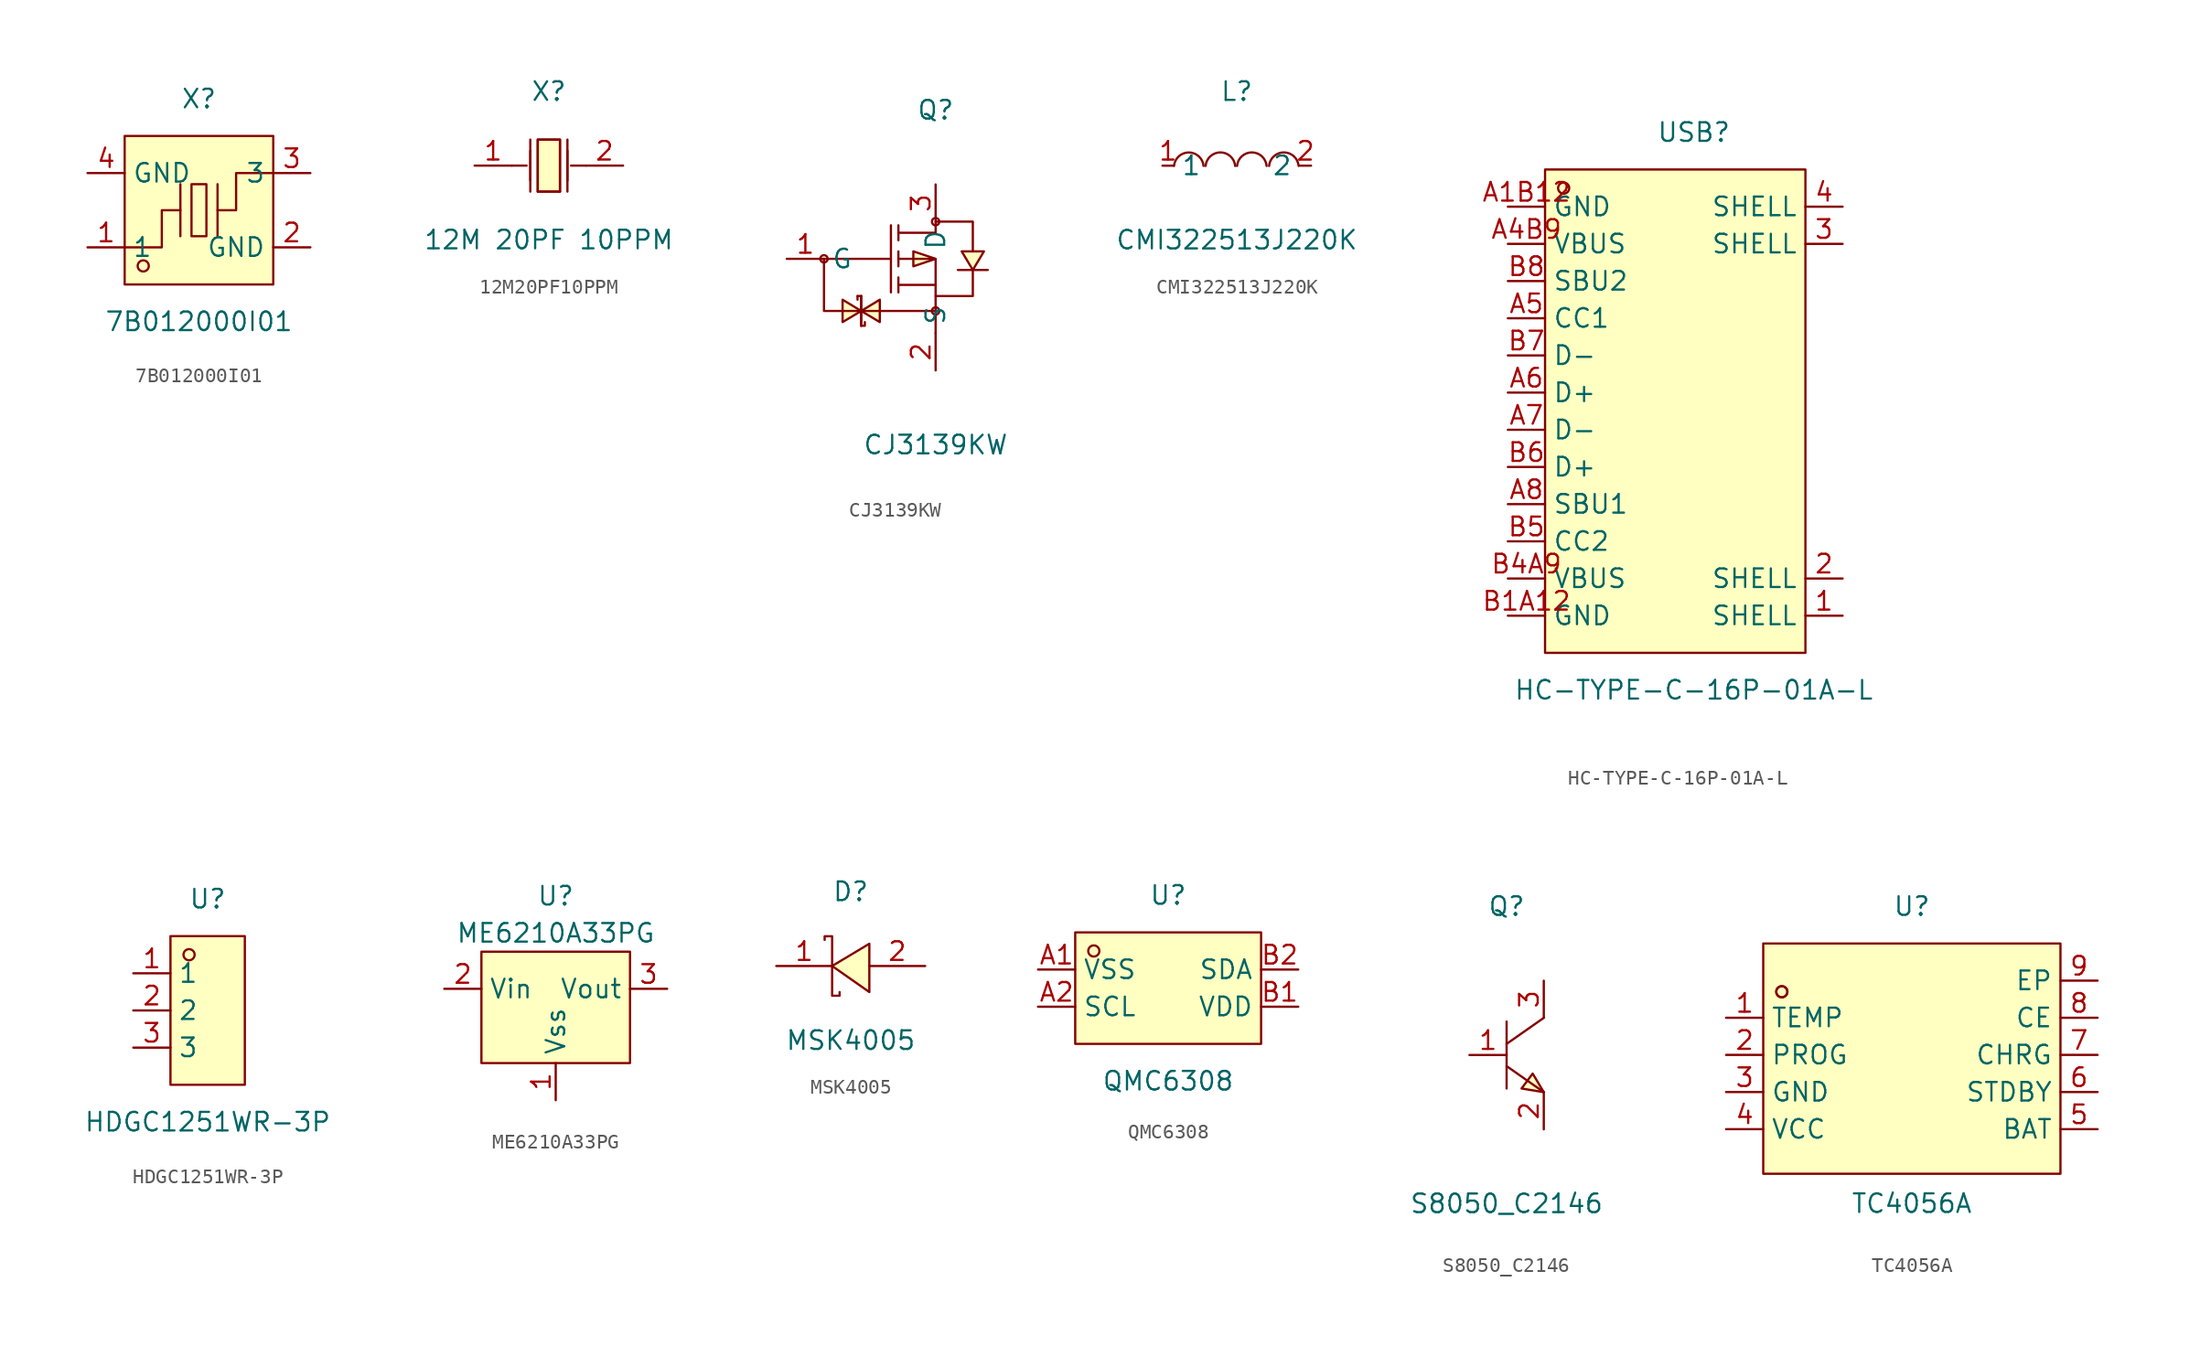
<source format=kicad_sym>
(kicad_symbol_lib
  (version 20220914)
  (generator kicad_symbol_editor)
  (symbol "7B012000I01"
    (property "Reference" "X"
      (at 0 7.62 0)
      (effects (font (size 1.27 1.27))))
    (property "Value" "7B012000I01"
      (at 0 -7.62 0)
      (effects (font (size 1.27 1.27))))
    (symbol "7B012000I01_0_1"
      (rectangle (start -5.08 5.08) (end 5.08 -5.08) (stroke (width 0) (type default)) (fill (type background)))
      (circle (center -3.81 -3.81) (radius 0.38) (stroke (width 0) (type default)) (fill (type none)))
      (rectangle (start -0.51 1.78) (end 0.51 -1.78) (stroke (width 0) (type default)) (fill (type background)))
      (polyline (pts (xy -1.27 -1.78) (xy -1.27 1.78)) (stroke (width 0) (type default)) (fill (type none)))
      (polyline (pts (xy 1.27 -1.78) (xy 1.27 1.78)) (stroke (width 0) (type default)) (fill (type none)))
      (polyline (pts (xy -5.08 -2.54) (xy -2.54 -2.54) (xy -2.54 0) (xy -1.27 0)) (stroke (width 0) (type default)) (fill (type none)))
      (polyline (pts (xy 5.08 2.54) (xy 2.54 2.54) (xy 2.54 0) (xy 1.27 0)) (stroke (width 0) (type default)) (fill (type none)))
      (pin input line (at -7.62 -2.54 0) (length 2.54) (name "1" (effects (font (size 1.27 1.27)))) (number "1" (effects (font (size 1.27 1.27)))))
      (pin input line (at 7.62 -2.54 180) (length 2.54) (name "GND" (effects (font (size 1.27 1.27)))) (number "2" (effects (font (size 1.27 1.27)))))
      (pin input line (at 7.62 2.54 180) (length 2.54) (name "3" (effects (font (size 1.27 1.27)))) (number "3" (effects (font (size 1.27 1.27)))))
      (pin input line (at -7.62 2.54 0) (length 2.54) (name "GND" (effects (font (size 1.27 1.27)))) (number "4" (effects (font (size 1.27 1.27)))))))
  (symbol "12M20PF10PPM"
    (property "Reference" "X"
      (at 0 5.08 0)
      (effects (font (size 1.27 1.27))))
    (property "Value" "12M 20PF 10PPM"
      (at 0 -5.08 0)
      (effects (font (size 1.27 1.27))))
    (symbol "12M20PF10PPM_0_1"
      (polyline (pts (xy -1.27 -1.78) (xy -1.27 1.78)) (stroke (width 0) (type default)) (fill (type none)))
      (polyline (pts (xy -1.27 -1.02) (xy -1.27 1.02)) (stroke (width 0) (type default)) (fill (type none)))
      (polyline (pts (xy 0.76 -1.78) (xy -0.76 -1.78)) (stroke (width 0) (type default)) (fill (type none)))
      (polyline (pts (xy 1.27 -1.78) (xy 1.27 1.78)) (stroke (width 0) (type default)) (fill (type none)))
      (polyline (pts (xy 1.27 -1.02) (xy 1.27 1.02)) (stroke (width 0) (type default)) (fill (type none)))
      (polyline (pts (xy -2.54 0) (xy -2.54 0) (xy -2.54 0) (xy -1.52 0)) (stroke (width 0) (type default)) (fill (type none)))
      (polyline (pts (xy -0.76 -1.78) (xy -0.76 1.78) (xy 0.76 1.78) (xy 0.76 -1.78)) (stroke (width 0) (type default)) (fill (type none)))
      (polyline (pts (xy 2.54 0) (xy 2.54 0) (xy 2.54 0) (xy 1.52 0)) (stroke (width 0) (type default)) (fill (type none)))
      (polyline (pts (xy 0.76 1.78) (xy 0.76 -1.78) (xy -0.76 -1.78) (xy -0.76 1.78) (xy 0.76 1.78)) (stroke (width 0) (type default)) (fill (type background)))
      (pin input line (at -5.08 0 0) (length 2.54) (name "" (effects (font (size 1.27 1.27)))) (number "1" (effects (font (size 1.27 1.27)))))
      (pin input line (at 5.08 0 180) (length 2.54) (name "" (effects (font (size 1.27 1.27)))) (number "2" (effects (font (size 1.27 1.27)))))))
  (symbol "CJ3139KW"
    (property "Reference" "Q"
      (at 0 10.16 0)
      (effects (font (size 1.27 1.27))))
    (property "Value" "CJ3139KW"
      (at 0 -12.7 0)
      (effects (font (size 1.27 1.27))))
    (symbol "CJ3139KW_0_1"
      (circle (center -7.62 0) (radius 0.25) (stroke (width 0) (type default)) (fill (type none)))
      (circle (center 0 -3.56) (radius 0.25) (stroke (width 0) (type default)) (fill (type none)))
      (polyline (pts (xy -7.62 0) (xy -3.05 0)) (stroke (width 0) (type default)) (fill (type none)))
      (polyline (pts (xy -5.33 -2.54) (xy -5.33 -2.79)) (stroke (width 0) (type default)) (fill (type none)))
      (polyline (pts (xy -5.08 -2.54) (xy -5.33 -2.54)) (stroke (width 0) (type default)) (fill (type none)))
      (polyline (pts (xy -3.05 2.29) (xy -3.05 -2.29)) (stroke (width 0) (type default)) (fill (type none)))
      (polyline (pts (xy -2.54 -2.29) (xy -2.54 -1.27)) (stroke (width 0) (type default)) (fill (type none)))
      (polyline (pts (xy -2.54 -0.51) (xy -2.54 0.51)) (stroke (width 0) (type default)) (fill (type none)))
      (polyline (pts (xy -2.54 2.29) (xy -2.54 1.27)) (stroke (width 0) (type default)) (fill (type none)))
      (polyline (pts (xy 0 -5.08) (xy 0 -2.54)) (stroke (width 0) (type default)) (fill (type none)))
      (polyline (pts (xy 0 -1.78) (xy -2.54 -1.78)) (stroke (width 0) (type default)) (fill (type none)))
      (polyline (pts (xy -5.08 -4.57) (xy -4.83 -4.57) (xy -4.83 -4.32)) (stroke (width 0) (type default)) (fill (type none)))
      (polyline (pts (xy 0 -3.56) (xy -7.62 -3.56) (xy -7.62 0)) (stroke (width 0) (type default)) (fill (type none)))
      (polyline (pts (xy -5.08 -4.57) (xy -5.08 -4.06) (xy -5.08 -3.05) (xy -5.08 -2.54)) (stroke (width 0) (type default)) (fill (type none)))
      (polyline (pts (xy -5.08 -3.56) (xy -6.35 -2.79) (xy -6.35 -4.32) (xy -5.08 -3.56)) (stroke (width 0) (type default)) (fill (type background)))
      (polyline (pts (xy -5.08 -3.56) (xy -3.81 -4.32) (xy -3.81 -2.79) (xy -5.08 -3.56)) (stroke (width 0) (type default)) (fill (type background)))
      (polyline (pts (xy -5.08 -2.54) (xy -5.08 -3.05) (xy -5.08 -4.06) (xy -5.08 -4.57)) (stroke (width 0) (type default)) (fill (type none)))
      (polyline (pts (xy 0 0) (xy -1.52 0.51) (xy -1.52 -0.51) (xy 0 0)) (stroke (width 0) (type default)) (fill (type background)))
      (polyline (pts (xy 1.52 -0.76) (xy 2.03 -0.76) (xy 3.05 -0.76) (xy 3.56 -0.76)) (stroke (width 0) (type default)) (fill (type none)))
      (polyline (pts (xy 2.54 -0.76) (xy 3.3 0.51) (xy 1.78 0.51) (xy 2.54 -0.76)) (stroke (width 0) (type default)) (fill (type background)))
      (polyline (pts (xy -2.54 0) (xy 0 0) (xy 0 -2.54) (xy 2.54 -2.54) (xy 2.54 -0.76)) (stroke (width 0) (type default)) (fill (type none)))
      (polyline (pts (xy -2.54 1.78) (xy 0 1.78) (xy 0 2.54) (xy 2.54 2.54) (xy 2.54 0.51)) (stroke (width 0) (type default)) (fill (type none)))
      (circle (center 0 2.54) (radius 0.25) (stroke (width 0) (type default)) (fill (type none)))
      (pin unspecified line (at -10.16 0 0) (length 2.54) (name "G" (effects (font (size 1.27 1.27)))) (number "1" (effects (font (size 1.27 1.27)))))
      (pin unspecified line (at 0 -7.62 90) (length 2.54) (name "S" (effects (font (size 1.27 1.27)))) (number "2" (effects (font (size 1.27 1.27)))))
      (pin unspecified line (at 0 5.08 270) (length 2.54) (name "D" (effects (font (size 1.27 1.27)))) (number "3" (effects (font (size 1.27 1.27)))))))
  (symbol "CMI322513J220K"
    (property "Reference" "L"
      (at 0 5.08 0)
      (effects (font (size 1.27 1.27))))
    (property "Value" "CMI322513J220K"
      (at 0 -5.08 0)
      (effects (font (size 1.27 1.27))))
    (symbol "CMI322513J220K_0_1"
      (arc (start -2.27 -0.02) (mid -3.28 0.9027) (end -4.29 -0.02) (stroke (width 0) (type default)) (fill (type none)))
      (arc (start -0.11 -0.02) (mid -1.12 0.9071) (end -2.13 -0.02) (stroke (width 0) (type default)) (fill (type none)))
      (arc (start 2.04 -0.02) (mid 1.03 0.9071) (end 0.02 -0.02) (stroke (width 0) (type default)) (fill (type none)))
      (arc (start 4.23 -0.02) (mid 3.22 0.9071) (end 2.21 -0.02) (stroke (width 0) (type default)) (fill (type none)))
      (pin unspecified line (at -5.08 0 0) (length 0.762) (name "1" (effects (font (size 1.27 1.27)))) (number "1" (effects (font (size 1.27 1.27)))))
      (pin unspecified line (at 5.08 0 180) (length 0.762) (name "2" (effects (font (size 1.27 1.27)))) (number "2" (effects (font (size 1.27 1.27)))))))
  (symbol "HC-TYPE-C-16P-01A-L"
    (property "Reference" "USB"
      (at 0 20.32 0)
      (effects (font (size 1.27 1.27))))
    (property "Value" "HC-TYPE-C-16P-01A-L"
      (at 0 -17.78 0)
      (effects (font (size 1.27 1.27))))
    (symbol "HC-TYPE-C-16P-01A-L_0_1"
      (rectangle (start -10.16 17.78) (end 7.62 -15.24) (stroke (width 0) (type default)) (fill (type background)))
      (circle (center -8.89 16.51) (radius 0.38) (stroke (width 0) (type default)) (fill (type none)))
      (pin unspecified line (at 10.16 -12.7 180) (length 2.54) (name "SHELL" (effects (font (size 1.27 1.27)))) (number "1" (effects (font (size 1.27 1.27)))))
      (pin unspecified line (at 10.16 -10.16 180) (length 2.54) (name "SHELL" (effects (font (size 1.27 1.27)))) (number "2" (effects (font (size 1.27 1.27)))))
      (pin unspecified line (at 10.16 12.7 180) (length 2.54) (name "SHELL" (effects (font (size 1.27 1.27)))) (number "3" (effects (font (size 1.27 1.27)))))
      (pin unspecified line (at 10.16 15.24 180) (length 2.54) (name "SHELL" (effects (font (size 1.27 1.27)))) (number "4" (effects (font (size 1.27 1.27)))))
      (pin unspecified line (at -12.7 15.24 0) (length 2.54) (name "GND" (effects (font (size 1.27 1.27)))) (number "A1B12" (effects (font (size 1.27 1.27)))))
      (pin unspecified line (at -12.7 12.7 0) (length 2.54) (name "VBUS" (effects (font (size 1.27 1.27)))) (number "A4B9" (effects (font (size 1.27 1.27)))))
      (pin unspecified line (at -12.7 7.62 0) (length 2.54) (name "CC1" (effects (font (size 1.27 1.27)))) (number "A5" (effects (font (size 1.27 1.27)))))
      (pin unspecified line (at -12.7 2.54 0) (length 2.54) (name "D+" (effects (font (size 1.27 1.27)))) (number "A6" (effects (font (size 1.27 1.27)))))
      (pin unspecified line (at -12.7 0 0) (length 2.54) (name "D-" (effects (font (size 1.27 1.27)))) (number "A7" (effects (font (size 1.27 1.27)))))
      (pin unspecified line (at -12.7 -5.08 0) (length 2.54) (name "SBU1" (effects (font (size 1.27 1.27)))) (number "A8" (effects (font (size 1.27 1.27)))))
      (pin unspecified line (at -12.7 -12.7 0) (length 2.54) (name "GND" (effects (font (size 1.27 1.27)))) (number "B1A12" (effects (font (size 1.27 1.27)))))
      (pin unspecified line (at -12.7 -10.16 0) (length 2.54) (name "VBUS" (effects (font (size 1.27 1.27)))) (number "B4A9" (effects (font (size 1.27 1.27)))))
      (pin unspecified line (at -12.7 -7.62 0) (length 2.54) (name "CC2" (effects (font (size 1.27 1.27)))) (number "B5" (effects (font (size 1.27 1.27)))))
      (pin unspecified line (at -12.7 -2.54 0) (length 2.54) (name "D+" (effects (font (size 1.27 1.27)))) (number "B6" (effects (font (size 1.27 1.27)))))
      (pin unspecified line (at -12.7 5.08 0) (length 2.54) (name "D-" (effects (font (size 1.27 1.27)))) (number "B7" (effects (font (size 1.27 1.27)))))
      (pin unspecified line (at -12.7 10.16 0) (length 2.54) (name "SBU2" (effects (font (size 1.27 1.27)))) (number "B8" (effects (font (size 1.27 1.27)))))))
  (symbol "HDGC1251WR-3P"
    (property "Reference" "U"
      (at 0 7.62 0)
      (effects (font (size 1.27 1.27))))
    (property "Value" "HDGC1251WR-3P"
      (at 0 -7.62 0)
      (effects (font (size 1.27 1.27))))
    (symbol "HDGC1251WR-3P_0_1"
      (rectangle (start -2.54 5.08) (end 2.54 -5.08) (stroke (width 0) (type default)) (fill (type background)))
      (circle (center -1.27 3.81) (radius 0.38) (stroke (width 0) (type default)) (fill (type none)))
      (pin unspecified line (at -5.08 2.54 0) (length 2.54) (name "1" (effects (font (size 1.27 1.27)))) (number "1" (effects (font (size 1.27 1.27)))))
      (pin unspecified line (at -5.08 0 0) (length 2.54) (name "2" (effects (font (size 1.27 1.27)))) (number "2" (effects (font (size 1.27 1.27)))))
      (pin unspecified line (at -5.08 -2.54 0) (length 2.54) (name "3" (effects (font (size 1.27 1.27)))) (number "3" (effects (font (size 1.27 1.27)))))))
  (symbol "ME6210A33PG"
    (property "Reference" "U"
      (at 1.27 6.35 0)
      (effects (font (size 1.27 1.27))))
    (property "Value" "ME6210A33PG"
      (at 1.27 3.81 0)
      (effects (font (size 1.27 1.27))))
    (symbol "ME6210A33PG_0_1"
      (rectangle (start -3.81 2.54) (end 6.35 -5.08) (stroke (width 0) (type default)) (fill (type background)))
      (pin power_in line (at 1.27 -7.62 90) (length 2.54) (name "Vss" (effects (font (size 1.27 1.27)))) (number "1" (effects (font (size 1.27 1.27)))))
      (pin power_in line (at -6.35 0 0) (length 2.54) (name "Vin" (effects (font (size 1.27 1.27)))) (number "2" (effects (font (size 1.27 1.27)))))
      (pin power_out line (at 8.89 0 180) (length 2.54) (name "Vout" (effects (font (size 1.27 1.27)))) (number "3" (effects (font (size 1.27 1.27)))))))
  (symbol "MSK4005"
    (property "Reference" "D"
      (at 0 5.08 0)
      (effects (font (size 1.27 1.27))))
    (property "Value" "MSK4005"
      (at 0 -5.08 0)
      (effects (font (size 1.27 1.27))))
    (symbol "MSK4005_0_1"
      (polyline (pts (xy 1.27 1.52) (xy -1.27 0) (xy 1.27 -1.78) (xy 1.27 1.52)) (stroke (width 0) (type default)) (fill (type background)))
      (polyline (pts (xy -1.78 1.78) (xy -1.78 2.03) (xy -1.27 2.03) (xy -1.27 -2.03) (xy -0.76 -2.03) (xy -0.76 -1.78)) (stroke (width 0) (type default)) (fill (type none)))
      (pin passive line (at -5.08 0 0) (length 3.81) (name "" (effects (font (size 1.27 1.27)))) (number "1" (effects (font (size 1.27 1.27)))))
      (pin passive line (at 5.08 0 180) (length 3.81) (name "" (effects (font (size 1.27 1.27)))) (number "2" (effects (font (size 1.27 1.27)))))))
  (symbol "QMC6308"
    (property "Reference" "U"
      (at 0 6.35 0)
      (effects (font (size 1.27 1.27))))
    (property "Value" "QMC6308"
      (at 0 -6.35 0)
      (effects (font (size 1.27 1.27))))
    (symbol "QMC6308_0_1"
      (rectangle (start -6.35 3.81) (end 6.35 -3.81) (stroke (width 0) (type default)) (fill (type background)))
      (circle (center -5.08 2.54) (radius 0.38) (stroke (width 0) (type default)) (fill (type none)))
      (pin power_in line (at -8.89 1.27 0) (length 2.54) (name "VSS" (effects (font (size 1.27 1.27)))) (number "A1" (effects (font (size 1.27 1.27)))))
      (pin bidirectional line (at -8.89 -1.27 0) (length 2.54) (name "SCL" (effects (font (size 1.27 1.27)))) (number "A2" (effects (font (size 1.27 1.27)))))
      (pin power_in line (at 8.89 -1.27 180) (length 2.54) (name "VDD" (effects (font (size 1.27 1.27)))) (number "B1" (effects (font (size 1.27 1.27)))))
      (pin bidirectional line (at 8.89 1.27 180) (length 2.54) (name "SDA" (effects (font (size 1.27 1.27)))) (number "B2" (effects (font (size 1.27 1.27)))))))
  (symbol "S8050_C2146"
    (property "Reference" "Q"
      (at 0 10.16 0)
      (effects (font (size 1.27 1.27))))
    (property "Value" "S8050_C2146"
      (at 0 -10.16 0)
      (effects (font (size 1.27 1.27))))
    (symbol "S8050_C2146_0_1"
      (polyline (pts (xy 0 -0.76) (xy 2.54 -2.54)) (stroke (width 0) (type default)) (fill (type none)))
      (polyline (pts (xy 0 2.29) (xy 0 -2.29)) (stroke (width 0) (type default)) (fill (type none)))
      (polyline (pts (xy 2.54 2.54) (xy 0 0.76)) (stroke (width 0) (type default)) (fill (type none)))
      (polyline (pts (xy 2.54 -2.54) (xy 1.78 -1.27) (xy 1.02 -2.29) (xy 2.54 -2.54)) (stroke (width 0) (type default)) (fill (type background)))
      (pin passive line (at -2.54 0 0) (length 2.54) (name "" (effects (font (size 1.27 1.27)))) (number "1" (effects (font (size 1.27 1.27)))))
      (pin passive line (at 2.54 -5.08 90) (length 2.54) (name "" (effects (font (size 1.27 1.27)))) (number "2" (effects (font (size 1.27 1.27)))))
      (pin passive line (at 2.54 5.08 270) (length 2.54) (name "" (effects (font (size 1.27 1.27)))) (number "3" (effects (font (size 1.27 1.27)))))))
  (symbol "TC4056A"
    (property "Reference" "U"
      (at 0 11.43 0)
      (effects (font (size 1.27 1.27))))
    (property "Value" "TC4056A"
      (at 0 -8.89 0)
      (effects (font (size 1.27 1.27))))
    (symbol "TC4056A_0_1"
      (rectangle (start -10.16 8.89) (end 10.16 -6.86) (stroke (width 0) (type default)) (fill (type background)))
      (circle (center -8.89 5.59) (radius 0.38) (stroke (width 0) (type default)) (fill (type none)))
      (circle (center -8.89 5.59) (radius 0.38) (stroke (width 0) (type default)) (fill (type none)))
      (pin input line (at -12.7 3.81 0) (length 2.54) (name "TEMP" (effects (font (size 1.27 1.27)))) (number "1" (effects (font (size 1.27 1.27)))))
      (pin input line (at -12.7 1.27 0) (length 2.54) (name "PROG" (effects (font (size 1.27 1.27)))) (number "2" (effects (font (size 1.27 1.27)))))
      (pin power_in line (at -12.7 -1.27 0) (length 2.54) (name "GND" (effects (font (size 1.27 1.27)))) (number "3" (effects (font (size 1.27 1.27)))))
      (pin power_in line (at -12.7 -3.81 0) (length 2.54) (name "VCC" (effects (font (size 1.27 1.27)))) (number "4" (effects (font (size 1.27 1.27)))))
      (pin power_in line (at 12.7 -3.81 180) (length 2.54) (name "BAT" (effects (font (size 1.27 1.27)))) (number "5" (effects (font (size 1.27 1.27)))))
      (pin output line (at 12.7 -1.27 180) (length 2.54) (name "STDBY" (effects (font (size 1.27 1.27)))) (number "6" (effects (font (size 1.27 1.27)))))
      (pin output line (at 12.7 1.27 180) (length 2.54) (name "CHRG" (effects (font (size 1.27 1.27)))) (number "7" (effects (font (size 1.27 1.27)))))
      (pin input line (at 12.7 3.81 180) (length 2.54) (name "CE" (effects (font (size 1.27 1.27)))) (number "8" (effects (font (size 1.27 1.27)))))
      (pin unspecified line (at 12.7 6.35 180) (length 2.54) (name "EP" (effects (font (size 1.27 1.27)))) (number "9" (effects (font (size 1.27 1.27))))))))
</source>
